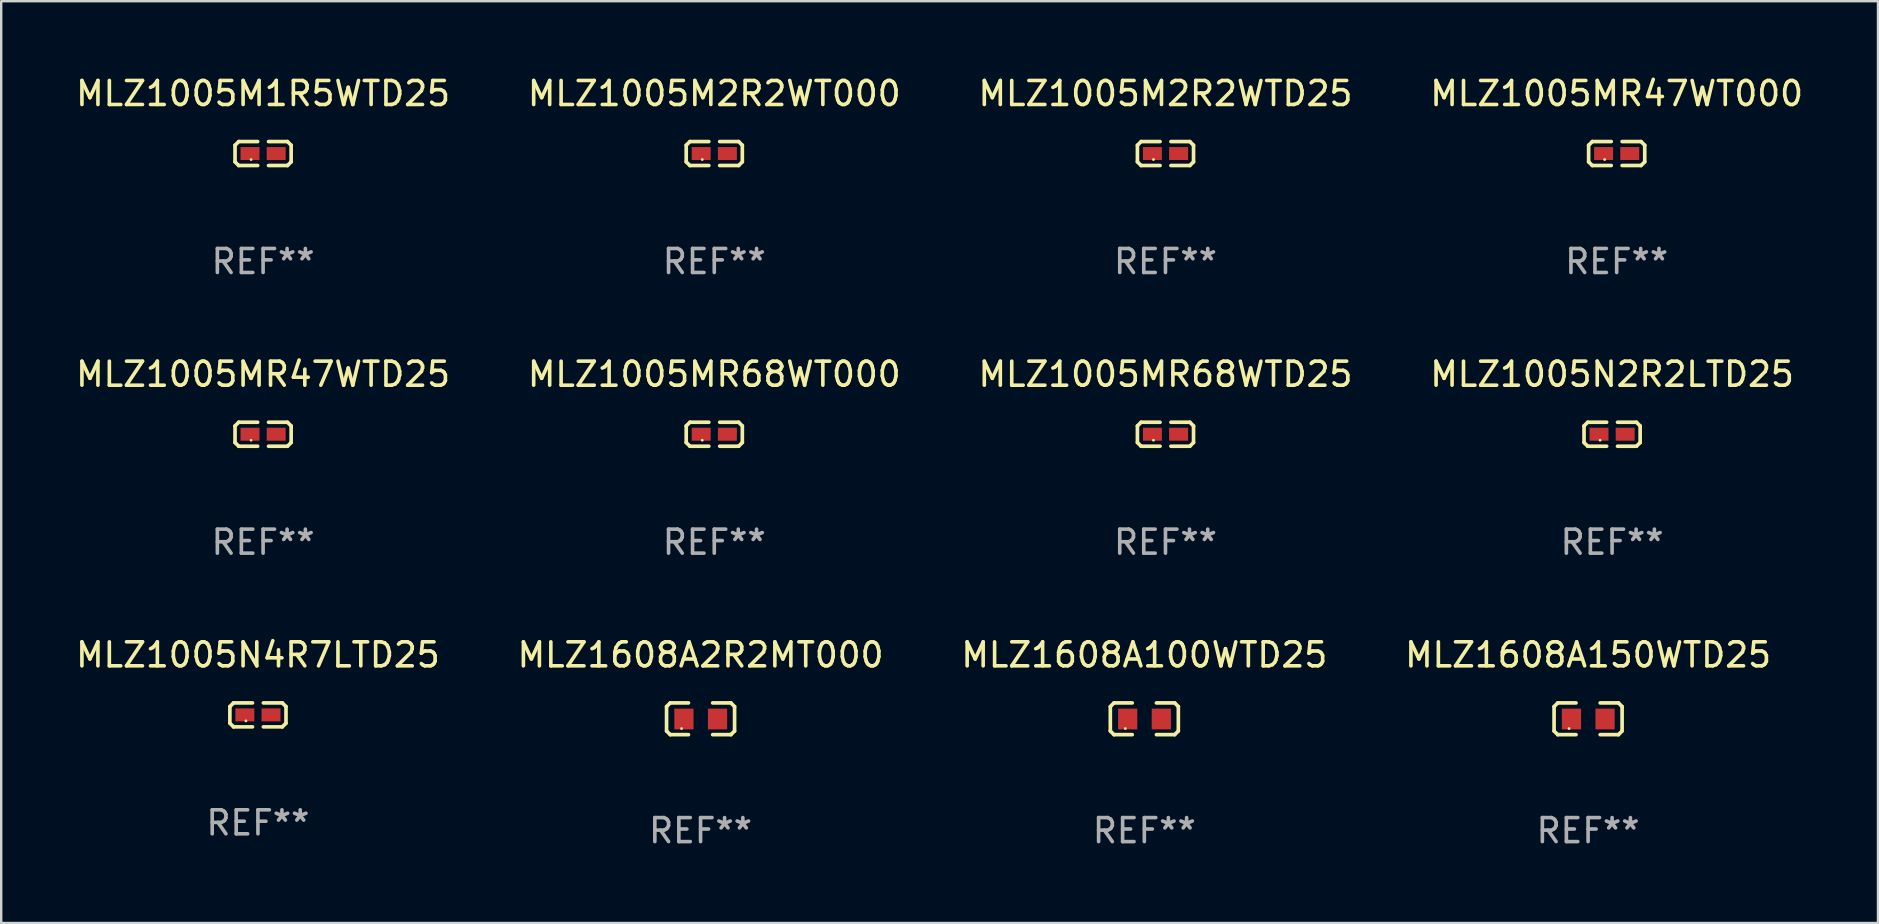
<source format=kicad_pcb>
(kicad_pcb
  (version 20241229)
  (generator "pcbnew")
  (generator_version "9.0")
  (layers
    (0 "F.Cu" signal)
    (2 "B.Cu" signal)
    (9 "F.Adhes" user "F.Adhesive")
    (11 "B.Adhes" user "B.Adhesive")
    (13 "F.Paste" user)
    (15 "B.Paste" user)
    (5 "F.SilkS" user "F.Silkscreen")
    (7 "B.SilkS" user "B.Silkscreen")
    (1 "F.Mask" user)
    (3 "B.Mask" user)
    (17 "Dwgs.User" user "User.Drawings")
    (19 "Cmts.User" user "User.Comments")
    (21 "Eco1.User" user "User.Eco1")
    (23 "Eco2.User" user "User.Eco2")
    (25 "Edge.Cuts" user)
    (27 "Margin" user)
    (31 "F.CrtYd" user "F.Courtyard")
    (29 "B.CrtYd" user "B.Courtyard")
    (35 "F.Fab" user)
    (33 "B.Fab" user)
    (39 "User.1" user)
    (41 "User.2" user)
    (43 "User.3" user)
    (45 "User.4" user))
  (footprint "MLZ1005M2R2WTD25"
    (layer "F.Cu")
    (at 45.506 3.347)
    (property "Reference" "MLZ1005M2R2WTD25" (at 0 -2.499 0) (layer "F.SilkS") (effects (font (size 1 1) (thickness 0.15))))
    (attr through_hole)
    (fp_line (start -1.169 -0.346) (end -1.016 -0.499) (stroke (width 0.152) (type solid)) (layer "F.SilkS"))
    (fp_line (start -1.169 0.346) (end -1.169 -0.346) (stroke (width 0.152) (type solid)) (layer "F.SilkS"))
    (fp_line (start -1.016 -0.499) (end -0.226 -0.499) (stroke (width 0.152) (type solid)) (layer "F.SilkS"))
    (fp_line (start -1.016 0.499) (end -1.169 0.346) (stroke (width 0.152) (type solid)) (layer "F.SilkS"))
    (fp_line (start -0.226 0.499) (end -1.016 0.499) (stroke (width 0.152) (type solid)) (layer "F.SilkS"))
    (fp_line (start 0.226 0.499) (end 1.016 0.499) (stroke (width 0.152) (type solid)) (layer "F.SilkS"))
    (fp_line (start 1.016 -0.499) (end 0.226 -0.499) (stroke (width 0.152) (type solid)) (layer "F.SilkS"))
    (fp_line (start 1.016 0.499) (end 1.169 0.346) (stroke (width 0.152) (type solid)) (layer "F.SilkS"))
    (fp_line (start 1.169 -0.346) (end 1.016 -0.499) (stroke (width 0.152) (type solid)) (layer "F.SilkS"))
    (fp_line (start 1.169 0.346) (end 1.169 -0.346) (stroke (width 0.152) (type solid)) (layer "F.SilkS"))
    (fp_circle (center -0.5 0.25) (end -0.47 0.25) (stroke (width 0.06) (type solid)) (fill no) (layer "F.SilkS"))
    (fp_text user "REF**" (at 0 4.499 0) (layer "F.Fab") (effects (font (size 1 1) (thickness 0.15))))
    (pad "1" smd rect (at -0.545 0) (size 0.79 0.54) (layers "F.Cu" "F.Mask" "F.Paste"))
    (pad "2" smd rect (at 0.545 0) (size 0.79 0.54) (layers "F.Cu" "F.Mask" "F.Paste")))
  (footprint "MLZ1608A2R2MT000"
    (layer "F.Cu")
    (at 26.137 26.896)
    (property "Reference" "MLZ1608A2R2MT000" (at 0 -2.661 0) (layer "F.SilkS") (effects (font (size 1 1) (thickness 0.15))))
    (attr through_hole)
    (fp_line (start -1.417 -0.508) (end -1.265 -0.661) (stroke (width 0.152) (type solid)) (layer "F.SilkS"))
    (fp_line (start -1.417 0.508) (end -1.417 -0.508) (stroke (width 0.152) (type solid)) (layer "F.SilkS"))
    (fp_line (start -1.265 -0.661) (end -0.503 -0.661) (stroke (width 0.152) (type solid)) (layer "F.SilkS"))
    (fp_line (start -1.265 0.661) (end -1.417 0.508) (stroke (width 0.152) (type solid)) (layer "F.SilkS"))
    (fp_line (start -1.265 0.661) (end -0.503 0.661) (stroke (width 0.152) (type solid)) (layer "F.SilkS"))
    (fp_line (start 1.265 -0.661) (end 0.503 -0.661) (stroke (width 0.152) (type solid)) (layer "F.SilkS"))
    (fp_line (start 1.265 -0.661) (end 1.417 -0.508) (stroke (width 0.152) (type solid)) (layer "F.SilkS"))
    (fp_line (start 1.265 0.661) (end 0.503 0.661) (stroke (width 0.152) (type solid)) (layer "F.SilkS"))
    (fp_line (start 1.417 -0.508) (end 1.417 0.508) (stroke (width 0.152) (type solid)) (layer "F.SilkS"))
    (fp_line (start 1.417 0.508) (end 1.265 0.661) (stroke (width 0.152) (type solid)) (layer "F.SilkS"))
    (fp_circle (center -0.793 0.409) (end -0.763 0.409) (stroke (width 0.06) (type solid)) (fill no) (layer "F.SilkS"))
    (fp_text user "REF**" (at 0 4.661 0) (layer "F.Fab") (effects (font (size 1 1) (thickness 0.15))))
    (pad "1" smd rect (at -0.693 0.009 180) (size 0.8 0.864) (layers "F.Cu" "F.Mask" "F.Paste"))
    (pad "2" smd rect (at 0.707 0.009 180) (size 0.8 0.864) (layers "F.Cu" "F.Mask" "F.Paste")))
  (footprint "MLZ1005MR68WT000"
    (layer "F.Cu")
    (at 26.708 15.041)
    (property "Reference" "MLZ1005MR68WT000" (at 0 -2.499 0) (layer "F.SilkS") (effects (font (size 1 1) (thickness 0.15))))
    (attr through_hole)
    (fp_line (start -1.169 -0.346) (end -1.016 -0.499) (stroke (width 0.152) (type solid)) (layer "F.SilkS"))
    (fp_line (start -1.169 0.346) (end -1.169 -0.346) (stroke (width 0.152) (type solid)) (layer "F.SilkS"))
    (fp_line (start -1.016 -0.499) (end -0.226 -0.499) (stroke (width 0.152) (type solid)) (layer "F.SilkS"))
    (fp_line (start -1.016 0.499) (end -1.169 0.346) (stroke (width 0.152) (type solid)) (layer "F.SilkS"))
    (fp_line (start -0.226 0.499) (end -1.016 0.499) (stroke (width 0.152) (type solid)) (layer "F.SilkS"))
    (fp_line (start 0.226 0.499) (end 1.016 0.499) (stroke (width 0.152) (type solid)) (layer "F.SilkS"))
    (fp_line (start 1.016 -0.499) (end 0.226 -0.499) (stroke (width 0.152) (type solid)) (layer "F.SilkS"))
    (fp_line (start 1.016 0.499) (end 1.169 0.346) (stroke (width 0.152) (type solid)) (layer "F.SilkS"))
    (fp_line (start 1.169 -0.346) (end 1.016 -0.499) (stroke (width 0.152) (type solid)) (layer "F.SilkS"))
    (fp_line (start 1.169 0.346) (end 1.169 -0.346) (stroke (width 0.152) (type solid)) (layer "F.SilkS"))
    (fp_circle (center -0.5 0.25) (end -0.47 0.25) (stroke (width 0.06) (type solid)) (fill no) (layer "F.SilkS"))
    (fp_text user "REF**" (at 0 4.499 0) (layer "F.Fab") (effects (font (size 1 1) (thickness 0.15))))
    (pad "1" smd rect (at -0.545 0) (size 0.79 0.54) (layers "F.Cu" "F.Mask" "F.Paste"))
    (pad "2" smd rect (at 0.545 0) (size 0.79 0.54) (layers "F.Cu" "F.Mask" "F.Paste")))
  (footprint "MLZ1608A100WTD25"
    (layer "F.Cu")
    (at 44.625 26.896)
    (property "Reference" "MLZ1608A100WTD25" (at 0 -2.661 0) (layer "F.SilkS") (effects (font (size 1 1) (thickness 0.15))))
    (attr through_hole)
    (fp_line (start -1.417 -0.508) (end -1.265 -0.661) (stroke (width 0.152) (type solid)) (layer "F.SilkS"))
    (fp_line (start -1.417 0.508) (end -1.417 -0.508) (stroke (width 0.152) (type solid)) (layer "F.SilkS"))
    (fp_line (start -1.265 -0.661) (end -0.503 -0.661) (stroke (width 0.152) (type solid)) (layer "F.SilkS"))
    (fp_line (start -1.265 0.661) (end -1.417 0.508) (stroke (width 0.152) (type solid)) (layer "F.SilkS"))
    (fp_line (start -1.265 0.661) (end -0.503 0.661) (stroke (width 0.152) (type solid)) (layer "F.SilkS"))
    (fp_line (start 1.265 -0.661) (end 0.503 -0.661) (stroke (width 0.152) (type solid)) (layer "F.SilkS"))
    (fp_line (start 1.265 -0.661) (end 1.417 -0.508) (stroke (width 0.152) (type solid)) (layer "F.SilkS"))
    (fp_line (start 1.265 0.661) (end 0.503 0.661) (stroke (width 0.152) (type solid)) (layer "F.SilkS"))
    (fp_line (start 1.417 -0.508) (end 1.417 0.508) (stroke (width 0.152) (type solid)) (layer "F.SilkS"))
    (fp_line (start 1.417 0.508) (end 1.265 0.661) (stroke (width 0.152) (type solid)) (layer "F.SilkS"))
    (fp_circle (center -0.793 0.409) (end -0.763 0.409) (stroke (width 0.06) (type solid)) (fill no) (layer "F.SilkS"))
    (fp_text user "REF**" (at 0 4.661 0) (layer "F.Fab") (effects (font (size 1 1) (thickness 0.15))))
    (pad "1" smd rect (at -0.693 0.009 180) (size 0.8 0.864) (layers "F.Cu" "F.Mask" "F.Paste"))
    (pad "2" smd rect (at 0.707 0.009 180) (size 0.8 0.864) (layers "F.Cu" "F.Mask" "F.Paste")))
  (footprint "MLZ1005MR47WT000"
    (layer "F.Cu")
    (at 64.304 3.347)
    (property "Reference" "MLZ1005MR47WT000" (at 0 -2.499 0) (layer "F.SilkS") (effects (font (size 1 1) (thickness 0.15))))
    (attr through_hole)
    (fp_line (start -1.169 -0.346) (end -1.016 -0.499) (stroke (width 0.152) (type solid)) (layer "F.SilkS"))
    (fp_line (start -1.169 0.346) (end -1.169 -0.346) (stroke (width 0.152) (type solid)) (layer "F.SilkS"))
    (fp_line (start -1.016 -0.499) (end -0.226 -0.499) (stroke (width 0.152) (type solid)) (layer "F.SilkS"))
    (fp_line (start -1.016 0.499) (end -1.169 0.346) (stroke (width 0.152) (type solid)) (layer "F.SilkS"))
    (fp_line (start -0.226 0.499) (end -1.016 0.499) (stroke (width 0.152) (type solid)) (layer "F.SilkS"))
    (fp_line (start 0.226 0.499) (end 1.016 0.499) (stroke (width 0.152) (type solid)) (layer "F.SilkS"))
    (fp_line (start 1.016 -0.499) (end 0.226 -0.499) (stroke (width 0.152) (type solid)) (layer "F.SilkS"))
    (fp_line (start 1.016 0.499) (end 1.169 0.346) (stroke (width 0.152) (type solid)) (layer "F.SilkS"))
    (fp_line (start 1.169 -0.346) (end 1.016 -0.499) (stroke (width 0.152) (type solid)) (layer "F.SilkS"))
    (fp_line (start 1.169 0.346) (end 1.169 -0.346) (stroke (width 0.152) (type solid)) (layer "F.SilkS"))
    (fp_circle (center -0.5 0.25) (end -0.47 0.25) (stroke (width 0.06) (type solid)) (fill no) (layer "F.SilkS"))
    (fp_text user "REF**" (at 0 4.499 0) (layer "F.Fab") (effects (font (size 1 1) (thickness 0.15))))
    (pad "1" smd rect (at -0.545 0) (size 0.79 0.54) (layers "F.Cu" "F.Mask" "F.Paste"))
    (pad "2" smd rect (at 0.545 0) (size 0.79 0.54) (layers "F.Cu" "F.Mask" "F.Paste")))
  (footprint "MLZ1005N4R7LTD25"
    (layer "F.Cu")
    (at 7.696 26.734)
    (property "Reference" "MLZ1005N4R7LTD25" (at 0 -2.499 0) (layer "F.SilkS") (effects (font (size 1 1) (thickness 0.15))))
    (attr through_hole)
    (fp_line (start -1.169 -0.346) (end -1.016 -0.499) (stroke (width 0.152) (type solid)) (layer "F.SilkS"))
    (fp_line (start -1.169 0.346) (end -1.169 -0.346) (stroke (width 0.152) (type solid)) (layer "F.SilkS"))
    (fp_line (start -1.016 -0.499) (end -0.226 -0.499) (stroke (width 0.152) (type solid)) (layer "F.SilkS"))
    (fp_line (start -1.016 0.499) (end -1.169 0.346) (stroke (width 0.152) (type solid)) (layer "F.SilkS"))
    (fp_line (start -0.226 0.499) (end -1.016 0.499) (stroke (width 0.152) (type solid)) (layer "F.SilkS"))
    (fp_line (start 0.226 0.499) (end 1.016 0.499) (stroke (width 0.152) (type solid)) (layer "F.SilkS"))
    (fp_line (start 1.016 -0.499) (end 0.226 -0.499) (stroke (width 0.152) (type solid)) (layer "F.SilkS"))
    (fp_line (start 1.016 0.499) (end 1.169 0.346) (stroke (width 0.152) (type solid)) (layer "F.SilkS"))
    (fp_line (start 1.169 -0.346) (end 1.016 -0.499) (stroke (width 0.152) (type solid)) (layer "F.SilkS"))
    (fp_line (start 1.169 0.346) (end 1.169 -0.346) (stroke (width 0.152) (type solid)) (layer "F.SilkS"))
    (fp_circle (center -0.5 0.25) (end -0.47 0.25) (stroke (width 0.06) (type solid)) (fill no) (layer "F.SilkS"))
    (fp_text user "REF**" (at 0 4.499 0) (layer "F.Fab") (effects (font (size 1 1) (thickness 0.15))))
    (pad "1" smd rect (at -0.545 0) (size 0.79 0.54) (layers "F.Cu" "F.Mask" "F.Paste"))
    (pad "2" smd rect (at 0.545 0) (size 0.79 0.54) (layers "F.Cu" "F.Mask" "F.Paste")))
  (footprint "MLZ1005MR47WTD25"
    (layer "F.Cu")
    (at 7.911 15.041)
    (property "Reference" "MLZ1005MR47WTD25" (at 0 -2.499 0) (layer "F.SilkS") (effects (font (size 1 1) (thickness 0.15))))
    (attr through_hole)
    (fp_line (start -1.169 -0.346) (end -1.016 -0.499) (stroke (width 0.152) (type solid)) (layer "F.SilkS"))
    (fp_line (start -1.169 0.346) (end -1.169 -0.346) (stroke (width 0.152) (type solid)) (layer "F.SilkS"))
    (fp_line (start -1.016 -0.499) (end -0.226 -0.499) (stroke (width 0.152) (type solid)) (layer "F.SilkS"))
    (fp_line (start -1.016 0.499) (end -1.169 0.346) (stroke (width 0.152) (type solid)) (layer "F.SilkS"))
    (fp_line (start -0.226 0.499) (end -1.016 0.499) (stroke (width 0.152) (type solid)) (layer "F.SilkS"))
    (fp_line (start 0.226 0.499) (end 1.016 0.499) (stroke (width 0.152) (type solid)) (layer "F.SilkS"))
    (fp_line (start 1.016 -0.499) (end 0.226 -0.499) (stroke (width 0.152) (type solid)) (layer "F.SilkS"))
    (fp_line (start 1.016 0.499) (end 1.169 0.346) (stroke (width 0.152) (type solid)) (layer "F.SilkS"))
    (fp_line (start 1.169 -0.346) (end 1.016 -0.499) (stroke (width 0.152) (type solid)) (layer "F.SilkS"))
    (fp_line (start 1.169 0.346) (end 1.169 -0.346) (stroke (width 0.152) (type solid)) (layer "F.SilkS"))
    (fp_circle (center -0.5 0.25) (end -0.47 0.25) (stroke (width 0.06) (type solid)) (fill no) (layer "F.SilkS"))
    (fp_text user "REF**" (at 0 4.499 0) (layer "F.Fab") (effects (font (size 1 1) (thickness 0.15))))
    (pad "1" smd rect (at -0.545 0) (size 0.79 0.54) (layers "F.Cu" "F.Mask" "F.Paste"))
    (pad "2" smd rect (at 0.545 0) (size 0.79 0.54) (layers "F.Cu" "F.Mask" "F.Paste")))
  (footprint "MLZ1005N2R2LTD25"
    (layer "F.Cu")
    (at 64.113 15.041)
    (property "Reference" "MLZ1005N2R2LTD25" (at 0 -2.499 0) (layer "F.SilkS") (effects (font (size 1 1) (thickness 0.15))))
    (attr through_hole)
    (fp_line (start -1.169 -0.346) (end -1.016 -0.499) (stroke (width 0.152) (type solid)) (layer "F.SilkS"))
    (fp_line (start -1.169 0.346) (end -1.169 -0.346) (stroke (width 0.152) (type solid)) (layer "F.SilkS"))
    (fp_line (start -1.016 -0.499) (end -0.226 -0.499) (stroke (width 0.152) (type solid)) (layer "F.SilkS"))
    (fp_line (start -1.016 0.499) (end -1.169 0.346) (stroke (width 0.152) (type solid)) (layer "F.SilkS"))
    (fp_line (start -0.226 0.499) (end -1.016 0.499) (stroke (width 0.152) (type solid)) (layer "F.SilkS"))
    (fp_line (start 0.226 0.499) (end 1.016 0.499) (stroke (width 0.152) (type solid)) (layer "F.SilkS"))
    (fp_line (start 1.016 -0.499) (end 0.226 -0.499) (stroke (width 0.152) (type solid)) (layer "F.SilkS"))
    (fp_line (start 1.016 0.499) (end 1.169 0.346) (stroke (width 0.152) (type solid)) (layer "F.SilkS"))
    (fp_line (start 1.169 -0.346) (end 1.016 -0.499) (stroke (width 0.152) (type solid)) (layer "F.SilkS"))
    (fp_line (start 1.169 0.346) (end 1.169 -0.346) (stroke (width 0.152) (type solid)) (layer "F.SilkS"))
    (fp_circle (center -0.5 0.25) (end -0.47 0.25) (stroke (width 0.06) (type solid)) (fill no) (layer "F.SilkS"))
    (fp_text user "REF**" (at 0 4.499 0) (layer "F.Fab") (effects (font (size 1 1) (thickness 0.15))))
    (pad "1" smd rect (at -0.545 0) (size 0.79 0.54) (layers "F.Cu" "F.Mask" "F.Paste"))
    (pad "2" smd rect (at 0.545 0) (size 0.79 0.54) (layers "F.Cu" "F.Mask" "F.Paste")))
  (footprint "MLZ1005M1R5WTD25"
    (layer "F.Cu")
    (at 7.911 3.347)
    (property "Reference" "MLZ1005M1R5WTD25" (at 0 -2.499 0) (layer "F.SilkS") (effects (font (size 1 1) (thickness 0.15))))
    (attr through_hole)
    (fp_line (start -1.169 -0.346) (end -1.016 -0.499) (stroke (width 0.152) (type solid)) (layer "F.SilkS"))
    (fp_line (start -1.169 0.346) (end -1.169 -0.346) (stroke (width 0.152) (type solid)) (layer "F.SilkS"))
    (fp_line (start -1.016 -0.499) (end -0.226 -0.499) (stroke (width 0.152) (type solid)) (layer "F.SilkS"))
    (fp_line (start -1.016 0.499) (end -1.169 0.346) (stroke (width 0.152) (type solid)) (layer "F.SilkS"))
    (fp_line (start -0.226 0.499) (end -1.016 0.499) (stroke (width 0.152) (type solid)) (layer "F.SilkS"))
    (fp_line (start 0.226 0.499) (end 1.016 0.499) (stroke (width 0.152) (type solid)) (layer "F.SilkS"))
    (fp_line (start 1.016 -0.499) (end 0.226 -0.499) (stroke (width 0.152) (type solid)) (layer "F.SilkS"))
    (fp_line (start 1.016 0.499) (end 1.169 0.346) (stroke (width 0.152) (type solid)) (layer "F.SilkS"))
    (fp_line (start 1.169 -0.346) (end 1.016 -0.499) (stroke (width 0.152) (type solid)) (layer "F.SilkS"))
    (fp_line (start 1.169 0.346) (end 1.169 -0.346) (stroke (width 0.152) (type solid)) (layer "F.SilkS"))
    (fp_circle (center -0.5 0.25) (end -0.47 0.25) (stroke (width 0.06) (type solid)) (fill no) (layer "F.SilkS"))
    (fp_text user "REF**" (at 0 4.499 0) (layer "F.Fab") (effects (font (size 1 1) (thickness 0.15))))
    (pad "1" smd rect (at -0.545 0) (size 0.79 0.54) (layers "F.Cu" "F.Mask" "F.Paste"))
    (pad "2" smd rect (at 0.545 0) (size 0.79 0.54) (layers "F.Cu" "F.Mask" "F.Paste")))
  (footprint "MLZ1608A150WTD25"
    (layer "F.Cu")
    (at 63.113 26.896)
    (property "Reference" "MLZ1608A150WTD25" (at 0 -2.661 0) (layer "F.SilkS") (effects (font (size 1 1) (thickness 0.15))))
    (attr through_hole)
    (fp_line (start -1.417 -0.508) (end -1.265 -0.661) (stroke (width 0.152) (type solid)) (layer "F.SilkS"))
    (fp_line (start -1.417 0.508) (end -1.417 -0.508) (stroke (width 0.152) (type solid)) (layer "F.SilkS"))
    (fp_line (start -1.265 -0.661) (end -0.503 -0.661) (stroke (width 0.152) (type solid)) (layer "F.SilkS"))
    (fp_line (start -1.265 0.661) (end -1.417 0.508) (stroke (width 0.152) (type solid)) (layer "F.SilkS"))
    (fp_line (start -1.265 0.661) (end -0.503 0.661) (stroke (width 0.152) (type solid)) (layer "F.SilkS"))
    (fp_line (start 1.265 -0.661) (end 0.503 -0.661) (stroke (width 0.152) (type solid)) (layer "F.SilkS"))
    (fp_line (start 1.265 -0.661) (end 1.417 -0.508) (stroke (width 0.152) (type solid)) (layer "F.SilkS"))
    (fp_line (start 1.265 0.661) (end 0.503 0.661) (stroke (width 0.152) (type solid)) (layer "F.SilkS"))
    (fp_line (start 1.417 -0.508) (end 1.417 0.508) (stroke (width 0.152) (type solid)) (layer "F.SilkS"))
    (fp_line (start 1.417 0.508) (end 1.265 0.661) (stroke (width 0.152) (type solid)) (layer "F.SilkS"))
    (fp_circle (center -0.793 0.409) (end -0.763 0.409) (stroke (width 0.06) (type solid)) (fill no) (layer "F.SilkS"))
    (fp_text user "REF**" (at 0 4.661 0) (layer "F.Fab") (effects (font (size 1 1) (thickness 0.15))))
    (pad "1" smd rect (at -0.693 0.009 180) (size 0.8 0.864) (layers "F.Cu" "F.Mask" "F.Paste"))
    (pad "2" smd rect (at 0.707 0.009 180) (size 0.8 0.864) (layers "F.Cu" "F.Mask" "F.Paste")))
  (footprint "MLZ1005MR68WTD25"
    (layer "F.Cu")
    (at 45.506 15.041)
    (property "Reference" "MLZ1005MR68WTD25" (at 0 -2.499 0) (layer "F.SilkS") (effects (font (size 1 1) (thickness 0.15))))
    (attr through_hole)
    (fp_line (start -1.169 -0.346) (end -1.016 -0.499) (stroke (width 0.152) (type solid)) (layer "F.SilkS"))
    (fp_line (start -1.169 0.346) (end -1.169 -0.346) (stroke (width 0.152) (type solid)) (layer "F.SilkS"))
    (fp_line (start -1.016 -0.499) (end -0.226 -0.499) (stroke (width 0.152) (type solid)) (layer "F.SilkS"))
    (fp_line (start -1.016 0.499) (end -1.169 0.346) (stroke (width 0.152) (type solid)) (layer "F.SilkS"))
    (fp_line (start -0.226 0.499) (end -1.016 0.499) (stroke (width 0.152) (type solid)) (layer "F.SilkS"))
    (fp_line (start 0.226 0.499) (end 1.016 0.499) (stroke (width 0.152) (type solid)) (layer "F.SilkS"))
    (fp_line (start 1.016 -0.499) (end 0.226 -0.499) (stroke (width 0.152) (type solid)) (layer "F.SilkS"))
    (fp_line (start 1.016 0.499) (end 1.169 0.346) (stroke (width 0.152) (type solid)) (layer "F.SilkS"))
    (fp_line (start 1.169 -0.346) (end 1.016 -0.499) (stroke (width 0.152) (type solid)) (layer "F.SilkS"))
    (fp_line (start 1.169 0.346) (end 1.169 -0.346) (stroke (width 0.152) (type solid)) (layer "F.SilkS"))
    (fp_circle (center -0.5 0.25) (end -0.47 0.25) (stroke (width 0.06) (type solid)) (fill no) (layer "F.SilkS"))
    (fp_text user "REF**" (at 0 4.499 0) (layer "F.Fab") (effects (font (size 1 1) (thickness 0.15))))
    (pad "1" smd rect (at -0.545 0) (size 0.79 0.54) (layers "F.Cu" "F.Mask" "F.Paste"))
    (pad "2" smd rect (at 0.545 0) (size 0.79 0.54) (layers "F.Cu" "F.Mask" "F.Paste")))
  (footprint "MLZ1005M2R2WT000"
    (layer "F.Cu")
    (at 26.708 3.347)
    (property "Reference" "MLZ1005M2R2WT000" (at 0 -2.499 0) (layer "F.SilkS") (effects (font (size 1 1) (thickness 0.15))))
    (attr through_hole)
    (fp_line (start -1.169 -0.346) (end -1.016 -0.499) (stroke (width 0.152) (type solid)) (layer "F.SilkS"))
    (fp_line (start -1.169 0.346) (end -1.169 -0.346) (stroke (width 0.152) (type solid)) (layer "F.SilkS"))
    (fp_line (start -1.016 -0.499) (end -0.226 -0.499) (stroke (width 0.152) (type solid)) (layer "F.SilkS"))
    (fp_line (start -1.016 0.499) (end -1.169 0.346) (stroke (width 0.152) (type solid)) (layer "F.SilkS"))
    (fp_line (start -0.226 0.499) (end -1.016 0.499) (stroke (width 0.152) (type solid)) (layer "F.SilkS"))
    (fp_line (start 0.226 0.499) (end 1.016 0.499) (stroke (width 0.152) (type solid)) (layer "F.SilkS"))
    (fp_line (start 1.016 -0.499) (end 0.226 -0.499) (stroke (width 0.152) (type solid)) (layer "F.SilkS"))
    (fp_line (start 1.016 0.499) (end 1.169 0.346) (stroke (width 0.152) (type solid)) (layer "F.SilkS"))
    (fp_line (start 1.169 -0.346) (end 1.016 -0.499) (stroke (width 0.152) (type solid)) (layer "F.SilkS"))
    (fp_line (start 1.169 0.346) (end 1.169 -0.346) (stroke (width 0.152) (type solid)) (layer "F.SilkS"))
    (fp_circle (center -0.5 0.25) (end -0.47 0.25) (stroke (width 0.06) (type solid)) (fill no) (layer "F.SilkS"))
    (fp_text user "REF**" (at 0 4.499 0) (layer "F.Fab") (effects (font (size 1 1) (thickness 0.15))))
    (pad "1" smd rect (at -0.545 0) (size 0.79 0.54) (layers "F.Cu" "F.Mask" "F.Paste"))
    (pad "2" smd rect (at 0.545 0) (size 0.79 0.54) (layers "F.Cu" "F.Mask" "F.Paste")))
  (gr_rect
    (start -3 -3)
    (end 75.19 35.405)
    (stroke (width 0.1) (type default))
    (fill no)
    (layer "Edge.Cuts")))
</source>
